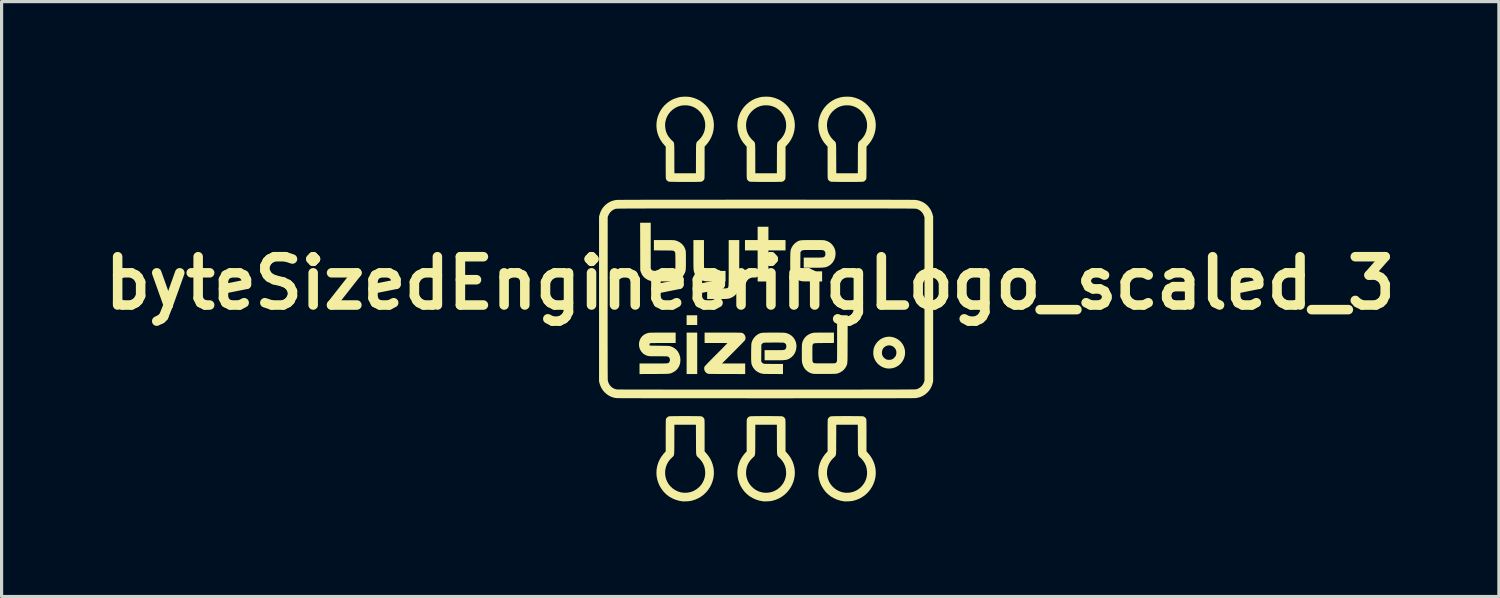
<source format=kicad_pcb>
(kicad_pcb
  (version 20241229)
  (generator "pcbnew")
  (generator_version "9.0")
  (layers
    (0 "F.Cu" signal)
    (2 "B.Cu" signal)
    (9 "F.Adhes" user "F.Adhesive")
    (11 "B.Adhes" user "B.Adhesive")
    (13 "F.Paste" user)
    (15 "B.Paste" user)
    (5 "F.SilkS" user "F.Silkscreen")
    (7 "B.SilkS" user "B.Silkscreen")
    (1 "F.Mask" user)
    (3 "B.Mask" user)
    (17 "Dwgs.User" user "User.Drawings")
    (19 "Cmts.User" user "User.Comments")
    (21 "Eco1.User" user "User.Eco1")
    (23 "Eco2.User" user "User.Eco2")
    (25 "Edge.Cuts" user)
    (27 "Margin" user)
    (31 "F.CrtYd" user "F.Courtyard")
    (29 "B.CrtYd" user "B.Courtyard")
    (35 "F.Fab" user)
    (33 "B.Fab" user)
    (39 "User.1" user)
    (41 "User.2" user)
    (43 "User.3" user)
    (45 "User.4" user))
  (footprint "byteSizedEngineeringLogo_scaled_3"
    (layer "F.Cu")
    (at 21.118 6.383)
    (property "Reference" "byteSizedEngineeringLogo_scaled_3" (at -0.5 -0.5 0) (layer "F.SilkS") (effects (font (size 1.524 1.524) (thickness 0.3))))
    (attr board_only exclude_from_pos_files exclude_from_bom)
    (fp_poly (pts (xy -2.173 0.82) (xy -2.507 0.82) (xy -2.507 0.513) (xy -2.173 0.513)) (stroke (width 0) (type solid)) (fill yes) (layer "F.SilkS"))
    (fp_poly (pts (xy -2.173 2.367) (xy -2.507 2.367) (xy -2.507 1.06) (xy -2.173 1.06)) (stroke (width 0) (type solid)) (fill yes) (layer "F.SilkS"))
    (fp_poly (pts (xy 0.073 -1.86) (xy 0.613 -1.86) (xy 0.613 -1.533) (xy 0.073 -1.533) (xy 0.073 -0.553) (xy -0.267 -0.553) (xy -0.267 -1.533) (xy -0.667 -1.533) (xy -0.667 -1.86) (xy -0.267 -1.86) (xy -0.267 -2.28) (xy 0.073 -2.28)) (stroke (width 0) (type solid)) (fill yes) (layer "F.SilkS"))
    (fp_poly (pts (xy -0.848 -1.105) (xy -0.85 -0.35) (xy -0.866 -0.303) (xy -0.889 -0.245) (xy -0.916 -0.195) (xy -0.95 -0.151) (xy -0.971 -0.129) (xy -1 -0.102) (xy -1.027 -0.081) (xy -1.059 -0.062) (xy -1.081 -0.05) (xy -1.104 -0.04) (xy -1.125 -0.03) (xy -1.145 -0.023) (xy -1.165 -0.016) (xy -1.187 -0.012) (xy -1.213 -0.008) (xy -1.243 -0.005) (xy -1.279 -0.003) (xy -1.323 -0.001) (xy -1.375 -0.001) (xy -1.437 -0.000282) (xy -1.51 -0.000138) (xy -1.548 -0.000117) (xy -1.86 0) (xy -1.86 -0.333) (xy -1.552 -0.333) (xy -1.479 -0.333) (xy -1.419 -0.334) (xy -1.37 -0.334) (xy -1.33 -0.334) (xy -1.299 -0.335) (xy -1.275 -0.336) (xy -1.257 -0.337) (xy -1.244 -0.338) (xy -1.235 -0.34) (xy -1.228 -0.343) (xy -1.223 -0.346) (xy -1.223 -0.346) (xy -1.216 -0.35) (xy -1.21 -0.353) (xy -1.205 -0.357) (xy -1.201 -0.361) (xy -1.197 -0.368) (xy -1.193 -0.377) (xy -1.19 -0.389) (xy -1.188 -0.406) (xy -1.186 -0.427) (xy -1.184 -0.453) (xy -1.183 -0.486) (xy -1.182 -0.526) (xy -1.181 -0.574) (xy -1.181 -0.63) (xy -1.18 -0.695) (xy -1.18 -0.77) (xy -1.18 -0.856) (xy -1.18 -0.953) (xy -1.18 -1.062) (xy -1.18 -1.133) (xy -1.18 -1.86) (xy -0.846 -1.86)) (stroke (width 0) (type solid)) (fill yes) (layer "F.SilkS"))
    (fp_poly (pts (xy -1.96 -1.412) (xy -1.96 -1.321) (xy -1.96 -1.242) (xy -1.96 -1.174) (xy -1.959 -1.118) (xy -1.959 -1.07) (xy -1.958 -1.031) (xy -1.956 -1) (xy -1.954 -0.975) (xy -1.952 -0.956) (xy -1.949 -0.941) (xy -1.945 -0.931) (xy -1.94 -0.923) (xy -1.934 -0.916) (xy -1.928 -0.911) (xy -1.92 -0.905) (xy -1.918 -0.904) (xy -1.913 -0.901) (xy -1.908 -0.898) (xy -1.9 -0.896) (xy -1.889 -0.894) (xy -1.874 -0.892) (xy -1.854 -0.891) (xy -1.826 -0.89) (xy -1.791 -0.89) (xy -1.746 -0.889) (xy -1.691 -0.889) (xy -1.625 -0.888) (xy -1.59 -0.888) (xy -1.28 -0.886) (xy -1.28 -0.553) (xy -1.582 -0.554) (xy -1.645 -0.554) (xy -1.705 -0.555) (xy -1.761 -0.556) (xy -1.81 -0.556) (xy -1.852 -0.557) (xy -1.884 -0.558) (xy -1.906 -0.559) (xy -1.914 -0.56) (xy -1.993 -0.579) (xy -2.065 -0.609) (xy -2.128 -0.648) (xy -2.182 -0.697) (xy -2.227 -0.755) (xy -2.25 -0.797) (xy -2.258 -0.813) (xy -2.265 -0.828) (xy -2.271 -0.844) (xy -2.276 -0.861) (xy -2.28 -0.88) (xy -2.284 -0.902) (xy -2.287 -0.928) (xy -2.289 -0.96) (xy -2.29 -0.998) (xy -2.292 -1.043) (xy -2.292 -1.097) (xy -2.293 -1.16) (xy -2.293 -1.233) (xy -2.293 -1.318) (xy -2.293 -1.404) (xy -2.293 -1.86) (xy -1.96 -1.86)) (stroke (width 0) (type solid)) (fill yes) (layer "F.SilkS"))
    (fp_poly (pts (xy 3.947 1.193) (xy 4.026 1.211) (xy 4.099 1.239) (xy 4.165 1.278) (xy 4.223 1.324) (xy 4.274 1.379) (xy 4.316 1.439) (xy 4.348 1.505) (xy 4.371 1.575) (xy 4.383 1.648) (xy 4.384 1.723) (xy 4.373 1.799) (xy 4.35 1.874) (xy 4.34 1.898) (xy 4.301 1.968) (xy 4.252 2.031) (xy 4.195 2.084) (xy 4.13 2.128) (xy 4.059 2.161) (xy 3.983 2.183) (xy 3.904 2.192) (xy 3.88 2.193) (xy 3.846 2.192) (xy 3.812 2.189) (xy 3.784 2.185) (xy 3.777 2.183) (xy 3.7 2.16) (xy 3.628 2.125) (xy 3.563 2.08) (xy 3.506 2.025) (xy 3.458 1.963) (xy 3.427 1.906) (xy 3.403 1.845) (xy 3.388 1.784) (xy 3.381 1.72) (xy 3.382 1.684) (xy 3.654 1.684) (xy 3.657 1.734) (xy 3.663 1.764) (xy 3.683 1.807) (xy 3.713 1.847) (xy 3.75 1.88) (xy 3.792 1.904) (xy 3.809 1.911) (xy 3.85 1.918) (xy 3.896 1.919) (xy 3.94 1.913) (xy 3.965 1.906) (xy 3.991 1.894) (xy 4.017 1.876) (xy 4.045 1.85) (xy 4.066 1.827) (xy 4.081 1.808) (xy 4.091 1.787) (xy 4.1 1.762) (xy 4.1 1.76) (xy 4.111 1.707) (xy 4.109 1.658) (xy 4.095 1.608) (xy 4.087 1.589) (xy 4.058 1.544) (xy 4.022 1.509) (xy 3.979 1.484) (xy 3.933 1.468) (xy 3.884 1.462) (xy 3.835 1.467) (xy 3.788 1.482) (xy 3.743 1.508) (xy 3.704 1.544) (xy 3.701 1.548) (xy 3.677 1.587) (xy 3.661 1.634) (xy 3.654 1.684) (xy 3.382 1.684) (xy 3.382 1.67) (xy 3.386 1.616) (xy 3.394 1.569) (xy 3.406 1.527) (xy 3.425 1.483) (xy 3.433 1.466) (xy 3.475 1.398) (xy 3.526 1.338) (xy 3.584 1.287) (xy 3.649 1.246) (xy 3.72 1.215) (xy 3.794 1.196) (xy 3.87 1.188)) (stroke (width 0) (type solid)) (fill yes) (layer "F.SilkS"))
    (fp_poly (pts (xy -1.254 1.06) (xy -1.165 1.06) (xy -1.087 1.06) (xy -1.02 1.06) (xy -0.963 1.06) (xy -0.915 1.061) (xy -0.876 1.061) (xy -0.843 1.062) (xy -0.817 1.063) (xy -0.797 1.063) (xy -0.781 1.065) (xy -0.769 1.066) (xy -0.76 1.067) (xy -0.753 1.069) (xy -0.748 1.071) (xy -0.742 1.074) (xy -0.742 1.074) (xy -0.706 1.098) (xy -0.678 1.131) (xy -0.659 1.169) (xy -0.649 1.211) (xy -0.65 1.253) (xy -0.663 1.293) (xy -0.664 1.295) (xy -0.67 1.303) (xy -0.685 1.32) (xy -0.708 1.344) (xy -0.738 1.376) (xy -0.775 1.414) (xy -0.817 1.457) (xy -0.865 1.506) (xy -0.916 1.558) (xy -0.971 1.613) (xy -1.028 1.671) (xy -1.032 1.675) (xy -1.39 2.033) (xy -0.66 2.033) (xy -0.66 2.367) (xy -1.235 2.366) (xy -1.325 2.366) (xy -1.41 2.366) (xy -1.49 2.365) (xy -1.564 2.365) (xy -1.631 2.364) (xy -1.69 2.363) (xy -1.74 2.363) (xy -1.78 2.362) (xy -1.809 2.361) (xy -1.827 2.36) (xy -1.831 2.359) (xy -1.871 2.341) (xy -1.905 2.314) (xy -1.931 2.279) (xy -1.947 2.24) (xy -1.954 2.198) (xy -1.95 2.155) (xy -1.943 2.135) (xy -1.937 2.125) (xy -1.923 2.109) (xy -1.9 2.084) (xy -1.87 2.051) (xy -1.83 2.01) (xy -1.782 1.961) (xy -1.725 1.903) (xy -1.659 1.836) (xy -1.584 1.761) (xy -1.576 1.753) (xy -1.519 1.696) (xy -1.465 1.642) (xy -1.414 1.591) (xy -1.368 1.544) (xy -1.327 1.502) (xy -1.291 1.465) (xy -1.262 1.436) (xy -1.24 1.413) (xy -1.226 1.398) (xy -1.22 1.392) (xy -1.22 1.392) (xy -1.226 1.391) (xy -1.245 1.39) (xy -1.275 1.389) (xy -1.314 1.388) (xy -1.361 1.388) (xy -1.416 1.387) (xy -1.477 1.387) (xy -1.543 1.387) (xy -1.58 1.387) (xy -1.94 1.387) (xy -1.94 1.06) (xy -1.355 1.06)) (stroke (width 0) (type solid)) (fill yes) (layer "F.SilkS"))
    (fp_poly (pts (xy -2.853 1.387) (xy -3.245 1.387) (xy -3.316 1.388) (xy -3.384 1.388) (xy -3.447 1.388) (xy -3.504 1.389) (xy -3.554 1.39) (xy -3.595 1.39) (xy -3.626 1.391) (xy -3.646 1.392) (xy -3.653 1.393) (xy -3.669 1.403) (xy -3.678 1.422) (xy -3.678 1.445) (xy -3.676 1.452) (xy -3.67 1.47) (xy -3.367 1.474) (xy -3.292 1.475) (xy -3.23 1.476) (xy -3.179 1.477) (xy -3.138 1.478) (xy -3.104 1.479) (xy -3.078 1.481) (xy -3.058 1.483) (xy -3.042 1.485) (xy -3.029 1.487) (xy -3.023 1.489) (xy -2.954 1.515) (xy -2.891 1.551) (xy -2.836 1.596) (xy -2.789 1.65) (xy -2.755 1.707) (xy -2.731 1.764) (xy -2.715 1.818) (xy -2.706 1.873) (xy -2.704 1.927) (xy -2.707 1.987) (xy -2.716 2.04) (xy -2.733 2.091) (xy -2.751 2.133) (xy -2.783 2.185) (xy -2.825 2.234) (xy -2.875 2.276) (xy -2.93 2.31) (xy -2.933 2.311) (xy -2.953 2.321) (xy -2.97 2.329) (xy -2.986 2.336) (xy -3.001 2.342) (xy -3.018 2.347) (xy -3.036 2.352) (xy -3.058 2.355) (xy -3.084 2.358) (xy -3.115 2.36) (xy -3.152 2.361) (xy -3.196 2.362) (xy -3.249 2.363) (xy -3.311 2.364) (xy -3.384 2.364) (xy -3.468 2.365) (xy -3.532 2.365) (xy -3.993 2.367) (xy -3.993 2.033) (xy -3.555 2.033) (xy -3.468 2.033) (xy -3.393 2.033) (xy -3.329 2.033) (xy -3.275 2.033) (xy -3.231 2.032) (xy -3.195 2.032) (xy -3.167 2.031) (xy -3.144 2.03) (xy -3.127 2.029) (xy -3.114 2.027) (xy -3.105 2.026) (xy -3.097 2.024) (xy -3.091 2.021) (xy -3.088 2.02) (xy -3.063 2.002) (xy -3.045 1.976) (xy -3.036 1.945) (xy -3.034 1.912) (xy -3.04 1.879) (xy -3.054 1.85) (xy -3.075 1.828) (xy -3.094 1.817) (xy -3.102 1.815) (xy -3.112 1.812) (xy -3.127 1.811) (xy -3.147 1.809) (xy -3.173 1.808) (xy -3.206 1.808) (xy -3.249 1.807) (xy -3.302 1.807) (xy -3.366 1.807) (xy -3.402 1.807) (xy -3.472 1.807) (xy -3.53 1.806) (xy -3.577 1.806) (xy -3.615 1.806) (xy -3.646 1.805) (xy -3.67 1.804) (xy -3.689 1.802) (xy -3.705 1.8) (xy -3.719 1.797) (xy -3.733 1.794) (xy -3.736 1.793) (xy -3.8 1.771) (xy -3.856 1.738) (xy -3.904 1.697) (xy -3.944 1.648) (xy -3.975 1.594) (xy -3.997 1.535) (xy -4.008 1.473) (xy -4.01 1.409) (xy -4 1.345) (xy -3.979 1.282) (xy -3.947 1.221) (xy -3.946 1.22) (xy -3.903 1.169) (xy -3.852 1.126) (xy -3.79 1.094) (xy -3.733 1.074) (xy -3.723 1.071) (xy -3.712 1.069) (xy -3.7 1.067) (xy -3.686 1.065) (xy -3.669 1.063) (xy -3.647 1.062) (xy -3.62 1.062) (xy -3.586 1.061) (xy -3.544 1.061) (xy -3.494 1.06) (xy -3.433 1.06) (xy -3.362 1.06) (xy -3.278 1.06) (xy -2.853 1.06)) (stroke (width 0) (type solid)) (fill yes) (layer "F.SilkS"))
    (fp_poly (pts (xy -3.64 -0.962) (xy -3.625 -0.94) (xy -3.61 -0.921) (xy -3.593 -0.905) (xy -3.591 -0.904) (xy -3.586 -0.901) (xy -3.581 -0.898) (xy -3.574 -0.896) (xy -3.563 -0.894) (xy -3.548 -0.893) (xy -3.528 -0.891) (xy -3.501 -0.891) (xy -3.467 -0.89) (xy -3.423 -0.889) (xy -3.369 -0.889) (xy -3.303 -0.888) (xy -3.259 -0.888) (xy -3.186 -0.888) (xy -3.125 -0.887) (xy -3.075 -0.887) (xy -3.035 -0.888) (xy -3.003 -0.888) (xy -2.978 -0.889) (xy -2.959 -0.89) (xy -2.945 -0.891) (xy -2.934 -0.893) (xy -2.926 -0.896) (xy -2.919 -0.898) (xy -2.917 -0.899) (xy -2.895 -0.912) (xy -2.88 -0.93) (xy -2.874 -0.942) (xy -2.87 -0.95) (xy -2.867 -0.958) (xy -2.865 -0.968) (xy -2.863 -0.98) (xy -2.862 -0.997) (xy -2.861 -1.02) (xy -2.861 -1.05) (xy -2.861 -1.088) (xy -2.861 -1.137) (xy -2.861 -1.197) (xy -2.861 -1.219) (xy -2.862 -1.283) (xy -2.862 -1.335) (xy -2.863 -1.376) (xy -2.864 -1.408) (xy -2.865 -1.433) (xy -2.866 -1.45) (xy -2.868 -1.463) (xy -2.87 -1.472) (xy -2.873 -1.478) (xy -2.877 -1.484) (xy -2.877 -1.485) (xy -2.893 -1.501) (xy -2.912 -1.516) (xy -2.914 -1.517) (xy -2.92 -1.52) (xy -2.927 -1.522) (xy -2.936 -1.525) (xy -2.948 -1.526) (xy -2.965 -1.528) (xy -2.988 -1.529) (xy -3.017 -1.53) (xy -3.056 -1.53) (xy -3.103 -1.531) (xy -3.162 -1.531) (xy -3.232 -1.532) (xy -3.238 -1.532) (xy -3.54 -1.534) (xy -3.54 -1.86) (xy -3.224 -1.86) (xy -3.151 -1.86) (xy -3.089 -1.86) (xy -3.038 -1.86) (xy -2.996 -1.859) (xy -2.962 -1.858) (xy -2.935 -1.857) (xy -2.914 -1.856) (xy -2.897 -1.854) (xy -2.882 -1.852) (xy -2.869 -1.85) (xy -2.857 -1.847) (xy -2.786 -1.822) (xy -2.721 -1.787) (xy -2.663 -1.742) (xy -2.65 -1.73) (xy -2.611 -1.686) (xy -2.58 -1.638) (xy -2.556 -1.584) (xy -2.546 -1.553) (xy -2.542 -1.541) (xy -2.539 -1.529) (xy -2.536 -1.517) (xy -2.534 -1.502) (xy -2.533 -1.485) (xy -2.532 -1.462) (xy -2.531 -1.433) (xy -2.53 -1.397) (xy -2.53 -1.351) (xy -2.53 -1.295) (xy -2.53 -1.228) (xy -2.53 -1.217) (xy -2.53 -1.142) (xy -2.53 -1.08) (xy -2.531 -1.028) (xy -2.532 -0.985) (xy -2.534 -0.949) (xy -2.536 -0.919) (xy -2.54 -0.894) (xy -2.545 -0.873) (xy -2.551 -0.853) (xy -2.559 -0.833) (xy -2.569 -0.812) (xy -2.58 -0.789) (xy -2.618 -0.726) (xy -2.666 -0.671) (xy -2.724 -0.626) (xy -2.79 -0.59) (xy -2.83 -0.575) (xy -2.883 -0.557) (xy -3.223 -0.556) (xy -3.291 -0.556) (xy -3.355 -0.556) (xy -3.414 -0.556) (xy -3.467 -0.556) (xy -3.513 -0.557) (xy -3.551 -0.558) (xy -3.577 -0.559) (xy -3.593 -0.56) (xy -3.594 -0.56) (xy -3.674 -0.58) (xy -3.746 -0.611) (xy -3.81 -0.652) (xy -3.842 -0.679) (xy -3.883 -0.723) (xy -3.915 -0.771) (xy -3.942 -0.825) (xy -3.951 -0.85) (xy -3.97 -0.903) (xy -3.972 -1.655) (xy -3.974 -2.407) (xy -3.64 -2.407)) (stroke (width 0) (type solid)) (fill yes) (layer "F.SilkS"))
    (fp_poly (pts (xy 1.548 -1.86) (xy 1.613 -1.86) (xy 1.668 -1.859) (xy 1.713 -1.859) (xy 1.749 -1.858) (xy 1.779 -1.858) (xy 1.802 -1.856) (xy 1.821 -1.855) (xy 1.836 -1.853) (xy 1.849 -1.851) (xy 1.861 -1.848) (xy 1.866 -1.847) (xy 1.934 -1.824) (xy 1.994 -1.793) (xy 2.047 -1.753) (xy 2.067 -1.734) (xy 2.115 -1.677) (xy 2.152 -1.614) (xy 2.177 -1.546) (xy 2.19 -1.474) (xy 2.19 -1.4) (xy 2.179 -1.324) (xy 2.164 -1.272) (xy 2.134 -1.206) (xy 2.095 -1.147) (xy 2.046 -1.095) (xy 1.991 -1.053) (xy 1.929 -1.021) (xy 1.91 -1.013) (xy 1.891 -1.007) (xy 1.87 -1.002) (xy 1.847 -0.998) (xy 1.821 -0.995) (xy 1.789 -0.992) (xy 1.75 -0.99) (xy 1.704 -0.988) (xy 1.65 -0.987) (xy 1.584 -0.987) (xy 1.507 -0.987) (xy 1.48 -0.987) (xy 1.187 -0.987) (xy 1.187 -1.307) (xy 1.487 -1.307) (xy 1.562 -1.307) (xy 1.624 -1.307) (xy 1.676 -1.307) (xy 1.718 -1.308) (xy 1.752 -1.309) (xy 1.778 -1.312) (xy 1.798 -1.315) (xy 1.813 -1.318) (xy 1.824 -1.324) (xy 1.833 -1.33) (xy 1.841 -1.338) (xy 1.848 -1.347) (xy 1.851 -1.35) (xy 1.861 -1.365) (xy 1.866 -1.378) (xy 1.869 -1.396) (xy 1.87 -1.421) (xy 1.87 -1.427) (xy 1.868 -1.463) (xy 1.861 -1.489) (xy 1.847 -1.509) (xy 1.824 -1.526) (xy 1.813 -1.532) (xy 1.806 -1.535) (xy 1.799 -1.538) (xy 1.791 -1.54) (xy 1.78 -1.542) (xy 1.765 -1.544) (xy 1.745 -1.545) (xy 1.719 -1.546) (xy 1.686 -1.546) (xy 1.643 -1.546) (xy 1.591 -1.547) (xy 1.528 -1.547) (xy 1.477 -1.547) (xy 1.405 -1.546) (xy 1.344 -1.546) (xy 1.295 -1.546) (xy 1.255 -1.546) (xy 1.223 -1.545) (xy 1.199 -1.544) (xy 1.181 -1.543) (xy 1.167 -1.541) (xy 1.157 -1.539) (xy 1.149 -1.536) (xy 1.143 -1.534) (xy 1.121 -1.521) (xy 1.103 -1.503) (xy 1.099 -1.499) (xy 1.083 -1.477) (xy 1.081 -1.213) (xy 1.08 -0.949) (xy 1.095 -0.926) (xy 1.11 -0.909) (xy 1.132 -0.893) (xy 1.14 -0.888) (xy 1.147 -0.885) (xy 1.154 -0.882) (xy 1.163 -0.879) (xy 1.174 -0.878) (xy 1.189 -0.876) (xy 1.209 -0.875) (xy 1.236 -0.874) (xy 1.27 -0.874) (xy 1.313 -0.874) (xy 1.366 -0.873) (xy 1.431 -0.873) (xy 1.767 -0.873) (xy 1.767 -0.553) (xy 1.468 -0.554) (xy 1.405 -0.554) (xy 1.345 -0.555) (xy 1.29 -0.556) (xy 1.24 -0.556) (xy 1.199 -0.557) (xy 1.166 -0.558) (xy 1.144 -0.559) (xy 1.137 -0.56) (xy 1.061 -0.577) (xy 0.992 -0.605) (xy 0.93 -0.643) (xy 0.877 -0.69) (xy 0.832 -0.745) (xy 0.798 -0.807) (xy 0.774 -0.876) (xy 0.769 -0.899) (xy 0.767 -0.915) (xy 0.765 -0.934) (xy 0.763 -0.956) (xy 0.762 -0.983) (xy 0.761 -1.018) (xy 0.761 -1.06) (xy 0.761 -1.112) (xy 0.761 -1.174) (xy 0.762 -1.228) (xy 0.762 -1.3) (xy 0.763 -1.36) (xy 0.764 -1.41) (xy 0.766 -1.451) (xy 0.768 -1.485) (xy 0.771 -1.513) (xy 0.775 -1.536) (xy 0.78 -1.557) (xy 0.786 -1.576) (xy 0.794 -1.596) (xy 0.804 -1.617) (xy 0.811 -1.633) (xy 0.837 -1.676) (xy 0.872 -1.72) (xy 0.913 -1.761) (xy 0.958 -1.795) (xy 0.991 -1.815) (xy 1.009 -1.825) (xy 1.026 -1.832) (xy 1.042 -1.839) (xy 1.06 -1.845) (xy 1.08 -1.849) (xy 1.103 -1.852) (xy 1.131 -1.855) (xy 1.165 -1.857) (xy 1.206 -1.858) (xy 1.255 -1.859) (xy 1.314 -1.86) (xy 1.383 -1.86) (xy 1.465 -1.86) (xy 1.47 -1.86)) (stroke (width 0) (type solid)) (fill yes) (layer "F.SilkS"))
    (fp_poly (pts (xy 0.314 1.06) (xy 0.38 1.06) (xy 0.434 1.061) (xy 0.479 1.061) (xy 0.516 1.062) (xy 0.545 1.062) (xy 0.569 1.064) (xy 0.587 1.065) (xy 0.603 1.067) (xy 0.616 1.069) (xy 0.627 1.072) (xy 0.633 1.073) (xy 0.701 1.096) (xy 0.76 1.127) (xy 0.814 1.167) (xy 0.834 1.186) (xy 0.882 1.243) (xy 0.918 1.306) (xy 0.943 1.374) (xy 0.956 1.446) (xy 0.957 1.52) (xy 0.945 1.596) (xy 0.93 1.648) (xy 0.901 1.714) (xy 0.861 1.773) (xy 0.813 1.825) (xy 0.757 1.867) (xy 0.696 1.899) (xy 0.677 1.907) (xy 0.658 1.913) (xy 0.637 1.918) (xy 0.614 1.922) (xy 0.587 1.925) (xy 0.555 1.928) (xy 0.517 1.93) (xy 0.471 1.932) (xy 0.416 1.933) (xy 0.351 1.933) (xy 0.274 1.933) (xy 0.246 1.933) (xy -0.047 1.933) (xy -0.047 1.613) (xy 0.254 1.613) (xy 0.328 1.613) (xy 0.391 1.613) (xy 0.443 1.613) (xy 0.485 1.612) (xy 0.518 1.611) (xy 0.544 1.608) (xy 0.564 1.605) (xy 0.58 1.602) (xy 0.591 1.596) (xy 0.6 1.59) (xy 0.607 1.582) (xy 0.615 1.573) (xy 0.617 1.57) (xy 0.627 1.555) (xy 0.633 1.542) (xy 0.636 1.524) (xy 0.637 1.499) (xy 0.637 1.493) (xy 0.635 1.457) (xy 0.628 1.431) (xy 0.614 1.411) (xy 0.591 1.394) (xy 0.58 1.388) (xy 0.573 1.385) (xy 0.566 1.382) (xy 0.557 1.38) (xy 0.546 1.378) (xy 0.532 1.376) (xy 0.512 1.375) (xy 0.486 1.374) (xy 0.452 1.374) (xy 0.41 1.374) (xy 0.358 1.373) (xy 0.294 1.373) (xy 0.244 1.373) (xy 0.171 1.374) (xy 0.111 1.374) (xy 0.061 1.374) (xy 0.022 1.374) (xy -0.01 1.375) (xy -0.034 1.376) (xy -0.053 1.377) (xy -0.066 1.379) (xy -0.077 1.381) (xy -0.085 1.384) (xy -0.091 1.386) (xy -0.112 1.399) (xy -0.131 1.417) (xy -0.134 1.421) (xy -0.15 1.443) (xy -0.152 1.707) (xy -0.154 1.971) (xy -0.138 1.994) (xy -0.123 2.011) (xy -0.102 2.027) (xy -0.094 2.032) (xy -0.086 2.035) (xy -0.079 2.038) (xy -0.07 2.041) (xy -0.059 2.042) (xy -0.044 2.044) (xy -0.024 2.045) (xy 0.003 2.046) (xy 0.037 2.046) (xy 0.08 2.046) (xy 0.133 2.047) (xy 0.198 2.047) (xy 0.235 2.047) (xy 0.533 2.047) (xy 0.533 2.367) (xy 0.232 2.366) (xy 0.168 2.366) (xy 0.108 2.365) (xy 0.053 2.364) (xy 0.003 2.364) (xy -0.039 2.363) (xy -0.071 2.362) (xy -0.093 2.361) (xy -0.101 2.36) (xy -0.179 2.341) (xy -0.249 2.311) (xy -0.312 2.271) (xy -0.365 2.221) (xy -0.41 2.162) (xy -0.434 2.116) (xy -0.444 2.095) (xy -0.451 2.075) (xy -0.458 2.054) (xy -0.463 2.03) (xy -0.466 2.003) (xy -0.469 1.97) (xy -0.471 1.931) (xy -0.472 1.884) (xy -0.472 1.828) (xy -0.472 1.76) (xy -0.472 1.692) (xy -0.471 1.62) (xy -0.47 1.56) (xy -0.469 1.51) (xy -0.468 1.469) (xy -0.466 1.435) (xy -0.463 1.407) (xy -0.459 1.384) (xy -0.454 1.363) (xy -0.447 1.344) (xy -0.439 1.324) (xy -0.429 1.303) (xy -0.422 1.287) (xy -0.396 1.244) (xy -0.361 1.2) (xy -0.32 1.159) (xy -0.276 1.125) (xy -0.243 1.105) (xy -0.224 1.095) (xy -0.207 1.088) (xy -0.191 1.081) (xy -0.173 1.075) (xy -0.154 1.071) (xy -0.13 1.068) (xy -0.102 1.065) (xy -0.069 1.063) (xy -0.028 1.062) (xy 0.021 1.061) (xy 0.08 1.06) (xy 0.15 1.06) (xy 0.232 1.06) (xy 0.237 1.06)) (stroke (width 0) (type solid)) (fill yes) (layer "F.SilkS"))
    (fp_poly (pts (xy 2.572 1.262) (xy 2.571 1.379) (xy 2.571 1.484) (xy 2.571 1.578) (xy 2.57 1.66) (xy 2.57 1.732) (xy 2.57 1.795) (xy 2.569 1.849) (xy 2.568 1.896) (xy 2.567 1.935) (xy 2.565 1.968) (xy 2.563 1.996) (xy 2.561 2.019) (xy 2.559 2.038) (xy 2.555 2.054) (xy 2.552 2.068) (xy 2.548 2.08) (xy 2.543 2.092) (xy 2.537 2.104) (xy 2.531 2.116) (xy 2.524 2.13) (xy 2.524 2.132) (xy 2.492 2.183) (xy 2.451 2.232) (xy 2.402 2.275) (xy 2.347 2.308) (xy 2.34 2.312) (xy 2.317 2.323) (xy 2.298 2.332) (xy 2.279 2.339) (xy 2.261 2.346) (xy 2.242 2.351) (xy 2.22 2.355) (xy 2.194 2.358) (xy 2.163 2.36) (xy 2.125 2.361) (xy 2.08 2.362) (xy 2.026 2.363) (xy 1.961 2.363) (xy 1.884 2.364) (xy 1.867 2.364) (xy 1.8 2.364) (xy 1.736 2.364) (xy 1.677 2.364) (xy 1.623 2.363) (xy 1.577 2.363) (xy 1.54 2.362) (xy 1.513 2.361) (xy 1.498 2.36) (xy 1.497 2.36) (xy 1.449 2.351) (xy 1.407 2.338) (xy 1.364 2.318) (xy 1.353 2.313) (xy 1.294 2.274) (xy 1.242 2.226) (xy 1.199 2.168) (xy 1.165 2.101) (xy 1.141 2.028) (xy 1.14 2.026) (xy 1.137 2.01) (xy 1.134 1.995) (xy 1.132 1.978) (xy 1.13 1.959) (xy 1.129 1.934) (xy 1.128 1.903) (xy 1.127 1.865) (xy 1.127 1.817) (xy 1.127 1.759) (xy 1.127 1.708) (xy 1.127 1.638) (xy 1.127 1.58) (xy 1.128 1.532) (xy 1.129 1.493) (xy 1.13 1.462) (xy 1.131 1.437) (xy 1.134 1.417) (xy 1.136 1.4) (xy 1.137 1.395) (xy 1.158 1.325) (xy 1.191 1.262) (xy 1.233 1.205) (xy 1.286 1.156) (xy 1.347 1.116) (xy 1.415 1.086) (xy 1.456 1.073) (xy 1.469 1.07) (xy 1.482 1.068) (xy 1.497 1.065) (xy 1.515 1.064) (xy 1.536 1.063) (xy 1.564 1.062) (xy 1.598 1.061) (xy 1.64 1.06) (xy 1.691 1.06) (xy 1.753 1.06) (xy 1.824 1.06) (xy 2.14 1.06) (xy 2.14 1.386) (xy 1.835 1.388) (xy 1.76 1.389) (xy 1.697 1.389) (xy 1.644 1.39) (xy 1.602 1.391) (xy 1.568 1.393) (xy 1.542 1.395) (xy 1.522 1.398) (xy 1.507 1.402) (xy 1.497 1.407) (xy 1.488 1.413) (xy 1.482 1.421) (xy 1.476 1.431) (xy 1.473 1.435) (xy 1.47 1.441) (xy 1.467 1.449) (xy 1.465 1.458) (xy 1.463 1.471) (xy 1.462 1.49) (xy 1.461 1.515) (xy 1.461 1.547) (xy 1.46 1.589) (xy 1.46 1.642) (xy 1.46 1.706) (xy 1.46 1.71) (xy 1.46 1.775) (xy 1.46 1.828) (xy 1.461 1.871) (xy 1.461 1.904) (xy 1.462 1.929) (xy 1.463 1.948) (xy 1.465 1.961) (xy 1.467 1.971) (xy 1.47 1.978) (xy 1.473 1.984) (xy 1.473 1.985) (xy 1.479 1.995) (xy 1.485 2.003) (xy 1.491 2.01) (xy 1.499 2.016) (xy 1.51 2.02) (xy 1.526 2.024) (xy 1.546 2.026) (xy 1.573 2.028) (xy 1.608 2.029) (xy 1.651 2.03) (xy 1.704 2.03) (xy 1.768 2.03) (xy 1.844 2.03) (xy 1.851 2.03) (xy 1.925 2.03) (xy 1.988 2.03) (xy 2.039 2.03) (xy 2.081 2.029) (xy 2.114 2.029) (xy 2.139 2.028) (xy 2.158 2.027) (xy 2.172 2.026) (xy 2.182 2.024) (xy 2.189 2.022) (xy 2.194 2.019) (xy 2.198 2.016) (xy 2.214 2) (xy 2.228 1.981) (xy 2.228 1.98) (xy 2.23 1.975) (xy 2.232 1.97) (xy 2.233 1.962) (xy 2.235 1.951) (xy 2.236 1.937) (xy 2.237 1.919) (xy 2.237 1.895) (xy 2.238 1.865) (xy 2.239 1.829) (xy 2.239 1.785) (xy 2.239 1.733) (xy 2.24 1.672) (xy 2.24 1.601) (xy 2.24 1.52) (xy 2.24 1.428) (xy 2.24 1.323) (xy 2.24 1.235) (xy 2.24 0.513) (xy 2.574 0.513)) (stroke (width 0) (type solid)) (fill yes) (layer "F.SilkS"))
    (fp_poly (pts (xy -2.513 -6.383) (xy -2.458 -6.38) (xy -2.409 -6.375) (xy -2.385 -6.371) (xy -2.278 -6.343) (xy -2.177 -6.304) (xy -2.082 -6.253) (xy -1.994 -6.191) (xy -1.914 -6.12) (xy -1.842 -6.04) (xy -1.78 -5.951) (xy -1.729 -5.854) (xy -1.72 -5.834) (xy -1.683 -5.732) (xy -1.659 -5.629) (xy -1.648 -5.524) (xy -1.649 -5.419) (xy -1.662 -5.315) (xy -1.687 -5.214) (xy -1.725 -5.114) (xy -1.774 -5.019) (xy -1.834 -4.929) (xy -1.899 -4.852) (xy -1.94 -4.808) (xy -1.94 -4.304) (xy -1.94 -4.21) (xy -1.94 -4.128) (xy -1.94 -4.058) (xy -1.94 -3.998) (xy -1.941 -3.948) (xy -1.941 -3.907) (xy -1.942 -3.873) (xy -1.942 -3.846) (xy -1.943 -3.826) (xy -1.944 -3.81) (xy -1.946 -3.798) (xy -1.947 -3.789) (xy -1.949 -3.782) (xy -1.952 -3.777) (xy -1.953 -3.774) (xy -1.975 -3.743) (xy -2.006 -3.717) (xy -2.04 -3.702) (xy -2.044 -3.701) (xy -2.056 -3.699) (xy -2.081 -3.698) (xy -2.116 -3.697) (xy -2.16 -3.696) (xy -2.213 -3.695) (xy -2.272 -3.694) (xy -2.336 -3.694) (xy -2.405 -3.694) (xy -2.476 -3.693) (xy -2.549 -3.693) (xy -2.621 -3.694) (xy -2.693 -3.694) (xy -2.762 -3.694) (xy -2.828 -3.695) (xy -2.888 -3.696) (xy -2.942 -3.697) (xy -2.988 -3.698) (xy -3.025 -3.699) (xy -3.051 -3.7) (xy -3.067 -3.702) (xy -3.068 -3.702) (xy -3.103 -3.719) (xy -3.134 -3.745) (xy -3.153 -3.773) (xy -3.156 -3.779) (xy -3.158 -3.784) (xy -3.16 -3.792) (xy -3.161 -3.802) (xy -3.163 -3.815) (xy -3.164 -3.832) (xy -3.165 -3.855) (xy -3.165 -3.884) (xy -3.166 -3.921) (xy -3.166 -3.965) (xy -3.166 -4.018) (xy -3.167 -4.081) (xy -3.167 -4.155) (xy -3.167 -4.241) (xy -3.167 -4.304) (xy -3.167 -4.808) (xy -3.208 -4.852) (xy -3.279 -4.938) (xy -3.339 -5.03) (xy -3.388 -5.128) (xy -3.425 -5.231) (xy -3.449 -5.337) (xy -3.45 -5.347) (xy -3.46 -5.453) (xy -3.458 -5.508) (xy -3.186 -5.508) (xy -3.185 -5.447) (xy -3.174 -5.355) (xy -3.152 -5.269) (xy -3.117 -5.189) (xy -3.07 -5.113) (xy -3.011 -5.042) (xy -2.98 -5.011) (xy -2.964 -4.997) (xy -2.951 -4.985) (xy -2.939 -4.974) (xy -2.929 -4.964) (xy -2.921 -4.952) (xy -2.914 -4.939) (xy -2.909 -4.923) (xy -2.905 -4.904) (xy -2.901 -4.879) (xy -2.899 -4.849) (xy -2.897 -4.812) (xy -2.896 -4.767) (xy -2.896 -4.713) (xy -2.895 -4.649) (xy -2.895 -4.575) (xy -2.895 -4.489) (xy -2.895 -4.438) (xy -2.893 -3.967) (xy -2.214 -3.967) (xy -2.212 -4.438) (xy -2.212 -4.531) (xy -2.211 -4.612) (xy -2.211 -4.681) (xy -2.211 -4.739) (xy -2.21 -4.789) (xy -2.209 -4.83) (xy -2.207 -4.864) (xy -2.204 -4.891) (xy -2.2 -4.913) (xy -2.195 -4.931) (xy -2.189 -4.946) (xy -2.182 -4.958) (xy -2.173 -4.969) (xy -2.162 -4.979) (xy -2.15 -4.99) (xy -2.136 -5.003) (xy -2.127 -5.011) (xy -2.062 -5.08) (xy -2.01 -5.154) (xy -1.969 -5.232) (xy -1.941 -5.315) (xy -1.925 -5.404) (xy -1.922 -5.447) (xy -1.921 -5.512) (xy -1.926 -5.571) (xy -1.938 -5.63) (xy -1.956 -5.688) (xy -1.986 -5.762) (xy -2.025 -5.829) (xy -2.074 -5.892) (xy -2.103 -5.924) (xy -2.171 -5.984) (xy -2.243 -6.032) (xy -2.319 -6.068) (xy -2.331 -6.073) (xy -2.421 -6.099) (xy -2.511 -6.111) (xy -2.6 -6.111) (xy -2.687 -6.099) (xy -2.772 -6.074) (xy -2.852 -6.038) (xy -2.928 -5.989) (xy -2.998 -5.929) (xy -3.003 -5.924) (xy -3.058 -5.861) (xy -3.102 -5.797) (xy -3.136 -5.727) (xy -3.151 -5.688) (xy -3.169 -5.626) (xy -3.181 -5.568) (xy -3.186 -5.508) (xy -3.458 -5.508) (xy -3.457 -5.558) (xy -3.441 -5.662) (xy -3.414 -5.762) (xy -3.375 -5.859) (xy -3.326 -5.951) (xy -3.267 -6.037) (xy -3.198 -6.116) (xy -3.119 -6.187) (xy -3.033 -6.249) (xy -2.956 -6.292) (xy -2.915 -6.311) (xy -2.865 -6.33) (xy -2.812 -6.347) (xy -2.761 -6.362) (xy -2.722 -6.371) (xy -2.679 -6.377) (xy -2.628 -6.381) (xy -2.571 -6.383)) (stroke (width 0) (type solid)) (fill yes) (layer "F.SilkS"))
    (fp_poly (pts (xy -2.485 3.693) (xy -2.413 3.693) (xy -2.344 3.694) (xy -2.279 3.694) (xy -2.219 3.695) (xy -2.166 3.696) (xy -2.12 3.697) (xy -2.084 3.698) (xy -2.058 3.699) (xy -2.045 3.7) (xy -2.044 3.701) (xy -2.009 3.715) (xy -1.978 3.74) (xy -1.955 3.771) (xy -1.953 3.774) (xy -1.951 3.779) (xy -1.949 3.785) (xy -1.947 3.792) (xy -1.945 3.802) (xy -1.944 3.816) (xy -1.943 3.834) (xy -1.942 3.857) (xy -1.941 3.887) (xy -1.941 3.923) (xy -1.94 3.968) (xy -1.94 4.022) (xy -1.94 4.086) (xy -1.94 4.161) (xy -1.94 4.248) (xy -1.94 4.304) (xy -1.94 4.808) (xy -1.899 4.852) (xy -1.828 4.938) (xy -1.767 5.03) (xy -1.719 5.128) (xy -1.682 5.231) (xy -1.658 5.337) (xy -1.656 5.347) (xy -1.647 5.453) (xy -1.65 5.558) (xy -1.665 5.66) (xy -1.692 5.759) (xy -1.729 5.854) (xy -1.777 5.944) (xy -1.834 6.028) (xy -1.9 6.106) (xy -1.975 6.176) (xy -2.057 6.237) (xy -2.147 6.289) (xy -2.243 6.331) (xy -2.345 6.362) (xy -2.381 6.37) (xy -2.409 6.374) (xy -2.446 6.378) (xy -2.488 6.381) (xy -2.532 6.383) (xy -2.574 6.384) (xy -2.611 6.384) (xy -2.64 6.383) (xy -2.647 6.382) (xy -2.758 6.362) (xy -2.863 6.33) (xy -2.963 6.287) (xy -3.056 6.234) (xy -3.141 6.17) (xy -3.217 6.096) (xy -3.246 6.062) (xy -3.312 5.973) (xy -3.366 5.879) (xy -3.407 5.781) (xy -3.437 5.68) (xy -3.455 5.578) (xy -3.458 5.512) (xy -3.185 5.512) (xy -3.18 5.571) (xy -3.168 5.63) (xy -3.151 5.688) (xy -3.12 5.762) (xy -3.082 5.829) (xy -3.033 5.892) (xy -3.003 5.924) (xy -2.934 5.985) (xy -2.858 6.034) (xy -2.778 6.072) (xy -2.693 6.098) (xy -2.605 6.111) (xy -2.514 6.112) (xy -2.445 6.103) (xy -2.356 6.082) (xy -2.274 6.048) (xy -2.198 6.003) (xy -2.127 5.946) (xy -2.103 5.924) (xy -2.048 5.861) (xy -2.005 5.797) (xy -1.971 5.727) (xy -1.956 5.688) (xy -1.937 5.626) (xy -1.926 5.568) (xy -1.921 5.508) (xy -1.922 5.447) (xy -1.933 5.355) (xy -1.955 5.269) (xy -1.99 5.189) (xy -2.037 5.113) (xy -2.096 5.042) (xy -2.127 5.011) (xy -2.143 4.997) (xy -2.156 4.985) (xy -2.168 4.974) (xy -2.177 4.964) (xy -2.186 4.952) (xy -2.192 4.939) (xy -2.198 4.923) (xy -2.202 4.904) (xy -2.205 4.879) (xy -2.208 4.849) (xy -2.209 4.812) (xy -2.21 4.767) (xy -2.211 4.713) (xy -2.211 4.649) (xy -2.211 4.575) (xy -2.212 4.489) (xy -2.212 4.438) (xy -2.214 3.967) (xy -2.893 3.967) (xy -2.895 4.438) (xy -2.895 4.531) (xy -2.895 4.612) (xy -2.896 4.681) (xy -2.896 4.739) (xy -2.897 4.789) (xy -2.898 4.83) (xy -2.9 4.864) (xy -2.903 4.891) (xy -2.906 4.913) (xy -2.911 4.931) (xy -2.917 4.946) (xy -2.925 4.958) (xy -2.934 4.969) (xy -2.944 4.979) (xy -2.957 4.99) (xy -2.971 5.003) (xy -2.98 5.011) (xy -3.045 5.08) (xy -3.097 5.154) (xy -3.137 5.232) (xy -3.165 5.315) (xy -3.181 5.404) (xy -3.185 5.447) (xy -3.185 5.512) (xy -3.458 5.512) (xy -3.46 5.475) (xy -3.454 5.372) (xy -3.435 5.27) (xy -3.405 5.171) (xy -3.363 5.074) (xy -3.309 4.981) (xy -3.243 4.892) (xy -3.208 4.852) (xy -3.167 4.808) (xy -3.167 4.304) (xy -3.167 4.21) (xy -3.167 4.128) (xy -3.167 4.058) (xy -3.166 3.998) (xy -3.166 3.948) (xy -3.166 3.907) (xy -3.165 3.873) (xy -3.164 3.846) (xy -3.163 3.826) (xy -3.162 3.81) (xy -3.161 3.798) (xy -3.159 3.789) (xy -3.157 3.782) (xy -3.155 3.777) (xy -3.154 3.774) (xy -3.131 3.743) (xy -3.101 3.717) (xy -3.066 3.702) (xy -3.063 3.701) (xy -3.05 3.699) (xy -3.026 3.698) (xy -2.991 3.697) (xy -2.946 3.696) (xy -2.894 3.695) (xy -2.835 3.694) (xy -2.77 3.694) (xy -2.702 3.693) (xy -2.63 3.693) (xy -2.558 3.693)) (stroke (width 0) (type solid)) (fill yes) (layer "F.SilkS"))
    (fp_poly (pts (xy 0.04 -6.383) (xy 0.096 -6.38) (xy 0.144 -6.375) (xy 0.168 -6.371) (xy 0.275 -6.343) (xy 0.377 -6.304) (xy 0.472 -6.253) (xy 0.56 -6.191) (xy 0.64 -6.12) (xy 0.711 -6.04) (xy 0.773 -5.951) (xy 0.825 -5.854) (xy 0.834 -5.834) (xy 0.871 -5.732) (xy 0.894 -5.629) (xy 0.906 -5.524) (xy 0.905 -5.419) (xy 0.891 -5.315) (xy 0.866 -5.214) (xy 0.829 -5.114) (xy 0.78 -5.019) (xy 0.719 -4.929) (xy 0.654 -4.852) (xy 0.613 -4.808) (xy 0.613 -4.304) (xy 0.613 -4.21) (xy 0.613 -4.128) (xy 0.613 -4.058) (xy 0.613 -3.998) (xy 0.613 -3.948) (xy 0.612 -3.907) (xy 0.612 -3.873) (xy 0.611 -3.846) (xy 0.61 -3.826) (xy 0.609 -3.81) (xy 0.608 -3.798) (xy 0.606 -3.789) (xy 0.604 -3.782) (xy 0.602 -3.777) (xy 0.6 -3.774) (xy 0.578 -3.743) (xy 0.547 -3.717) (xy 0.513 -3.702) (xy 0.51 -3.701) (xy 0.497 -3.699) (xy 0.472 -3.698) (xy 0.437 -3.697) (xy 0.393 -3.696) (xy 0.341 -3.695) (xy 0.282 -3.694) (xy 0.217 -3.694) (xy 0.149 -3.694) (xy 0.077 -3.693) (xy 0.005 -3.693) (xy -0.068 -3.694) (xy -0.14 -3.694) (xy -0.209 -3.694) (xy -0.274 -3.695) (xy -0.334 -3.696) (xy -0.388 -3.697) (xy -0.434 -3.698) (xy -0.471 -3.699) (xy -0.498 -3.7) (xy -0.513 -3.702) (xy -0.515 -3.702) (xy -0.55 -3.719) (xy -0.58 -3.745) (xy -0.6 -3.773) (xy -0.602 -3.779) (xy -0.605 -3.784) (xy -0.607 -3.792) (xy -0.608 -3.802) (xy -0.609 -3.815) (xy -0.61 -3.832) (xy -0.611 -3.855) (xy -0.612 -3.884) (xy -0.612 -3.921) (xy -0.613 -3.965) (xy -0.613 -4.018) (xy -0.613 -4.081) (xy -0.613 -4.155) (xy -0.613 -4.241) (xy -0.613 -4.304) (xy -0.613 -4.808) (xy -0.654 -4.852) (xy -0.726 -4.938) (xy -0.786 -5.03) (xy -0.835 -5.128) (xy -0.871 -5.231) (xy -0.895 -5.337) (xy -0.897 -5.347) (xy -0.907 -5.453) (xy -0.905 -5.508) (xy -0.632 -5.508) (xy -0.631 -5.447) (xy -0.621 -5.355) (xy -0.598 -5.269) (xy -0.564 -5.189) (xy -0.517 -5.113) (xy -0.458 -5.042) (xy -0.426 -5.011) (xy -0.411 -4.997) (xy -0.397 -4.985) (xy -0.386 -4.974) (xy -0.376 -4.964) (xy -0.368 -4.952) (xy -0.361 -4.939) (xy -0.356 -4.923) (xy -0.351 -4.904) (xy -0.348 -4.879) (xy -0.346 -4.849) (xy -0.344 -4.812) (xy -0.343 -4.767) (xy -0.342 -4.713) (xy -0.342 -4.649) (xy -0.342 -4.575) (xy -0.342 -4.489) (xy -0.341 -4.438) (xy -0.34 -3.967) (xy 0.34 -3.967) (xy 0.341 -4.438) (xy 0.342 -4.531) (xy 0.342 -4.612) (xy 0.342 -4.681) (xy 0.343 -4.739) (xy 0.343 -4.789) (xy 0.345 -4.83) (xy 0.347 -4.864) (xy 0.349 -4.891) (xy 0.353 -4.913) (xy 0.358 -4.931) (xy 0.364 -4.946) (xy 0.371 -4.958) (xy 0.38 -4.969) (xy 0.391 -4.979) (xy 0.403 -4.99) (xy 0.418 -5.003) (xy 0.426 -5.011) (xy 0.491 -5.08) (xy 0.544 -5.154) (xy 0.584 -5.232) (xy 0.612 -5.315) (xy 0.628 -5.404) (xy 0.631 -5.447) (xy 0.632 -5.512) (xy 0.627 -5.571) (xy 0.615 -5.63) (xy 0.597 -5.688) (xy 0.567 -5.762) (xy 0.528 -5.829) (xy 0.479 -5.892) (xy 0.45 -5.924) (xy 0.382 -5.984) (xy 0.311 -6.032) (xy 0.234 -6.068) (xy 0.222 -6.073) (xy 0.132 -6.099) (xy 0.043 -6.111) (xy -0.047 -6.111) (xy -0.134 -6.099) (xy -0.218 -6.074) (xy -0.299 -6.038) (xy -0.375 -5.989) (xy -0.444 -5.929) (xy -0.45 -5.924) (xy -0.505 -5.861) (xy -0.549 -5.797) (xy -0.583 -5.727) (xy -0.597 -5.688) (xy -0.616 -5.626) (xy -0.627 -5.568) (xy -0.632 -5.508) (xy -0.905 -5.508) (xy -0.903 -5.558) (xy -0.888 -5.662) (xy -0.861 -5.762) (xy -0.822 -5.859) (xy -0.773 -5.951) (xy -0.713 -6.037) (xy -0.644 -6.116) (xy -0.566 -6.187) (xy -0.479 -6.249) (xy -0.403 -6.292) (xy -0.362 -6.311) (xy -0.312 -6.33) (xy -0.259 -6.347) (xy -0.207 -6.362) (xy -0.168 -6.371) (xy -0.126 -6.377) (xy -0.074 -6.381) (xy -0.018 -6.383)) (stroke (width 0) (type solid)) (fill yes) (layer "F.SilkS"))
    (fp_poly (pts (xy 0.069 3.693) (xy 0.14 3.693) (xy 0.209 3.694) (xy 0.274 3.694) (xy 0.334 3.695) (xy 0.388 3.696) (xy 0.433 3.697) (xy 0.469 3.698) (xy 0.495 3.699) (xy 0.509 3.7) (xy 0.51 3.701) (xy 0.544 3.715) (xy 0.575 3.74) (xy 0.598 3.771) (xy 0.6 3.774) (xy 0.603 3.779) (xy 0.605 3.785) (xy 0.607 3.792) (xy 0.608 3.802) (xy 0.609 3.816) (xy 0.61 3.834) (xy 0.611 3.857) (xy 0.612 3.887) (xy 0.612 3.923) (xy 0.613 3.968) (xy 0.613 4.022) (xy 0.613 4.086) (xy 0.613 4.161) (xy 0.613 4.248) (xy 0.613 4.304) (xy 0.613 4.808) (xy 0.654 4.852) (xy 0.726 4.938) (xy 0.786 5.03) (xy 0.835 5.128) (xy 0.871 5.231) (xy 0.895 5.337) (xy 0.897 5.347) (xy 0.907 5.453) (xy 0.904 5.558) (xy 0.888 5.66) (xy 0.862 5.759) (xy 0.824 5.854) (xy 0.777 5.944) (xy 0.719 6.028) (xy 0.653 6.106) (xy 0.578 6.176) (xy 0.496 6.237) (xy 0.407 6.289) (xy 0.311 6.331) (xy 0.209 6.362) (xy 0.172 6.37) (xy 0.144 6.374) (xy 0.108 6.378) (xy 0.066 6.381) (xy 0.022 6.383) (xy -0.021 6.384) (xy -0.058 6.384) (xy -0.086 6.383) (xy -0.093 6.382) (xy -0.204 6.362) (xy -0.31 6.33) (xy -0.409 6.287) (xy -0.502 6.234) (xy -0.587 6.17) (xy -0.664 6.096) (xy -0.693 6.062) (xy -0.759 5.973) (xy -0.813 5.879) (xy -0.854 5.781) (xy -0.884 5.68) (xy -0.901 5.578) (xy -0.905 5.512) (xy -0.632 5.512) (xy -0.627 5.571) (xy -0.615 5.63) (xy -0.597 5.688) (xy -0.567 5.762) (xy -0.528 5.829) (xy -0.479 5.892) (xy -0.45 5.924) (xy -0.381 5.985) (xy -0.305 6.034) (xy -0.224 6.072) (xy -0.139 6.098) (xy -0.051 6.111) (xy 0.039 6.112) (xy 0.109 6.103) (xy 0.197 6.082) (xy 0.279 6.048) (xy 0.356 6.003) (xy 0.427 5.946) (xy 0.45 5.924) (xy 0.505 5.861) (xy 0.549 5.797) (xy 0.583 5.727) (xy 0.597 5.688) (xy 0.616 5.626) (xy 0.627 5.568) (xy 0.632 5.508) (xy 0.631 5.447) (xy 0.621 5.355) (xy 0.598 5.269) (xy 0.564 5.189) (xy 0.517 5.113) (xy 0.458 5.042) (xy 0.426 5.011) (xy 0.411 4.997) (xy 0.397 4.985) (xy 0.386 4.974) (xy 0.376 4.964) (xy 0.368 4.952) (xy 0.361 4.939) (xy 0.356 4.923) (xy 0.351 4.904) (xy 0.348 4.879) (xy 0.346 4.849) (xy 0.344 4.812) (xy 0.343 4.767) (xy 0.342 4.713) (xy 0.342 4.649) (xy 0.342 4.575) (xy 0.342 4.489) (xy 0.341 4.438) (xy 0.34 3.967) (xy -0.34 3.967) (xy -0.341 4.438) (xy -0.342 4.531) (xy -0.342 4.612) (xy -0.342 4.681) (xy -0.343 4.739) (xy -0.343 4.789) (xy -0.345 4.83) (xy -0.347 4.864) (xy -0.349 4.891) (xy -0.353 4.913) (xy -0.358 4.931) (xy -0.364 4.946) (xy -0.371 4.958) (xy -0.38 4.969) (xy -0.391 4.979) (xy -0.403 4.99) (xy -0.418 5.003) (xy -0.426 5.011) (xy -0.491 5.08) (xy -0.544 5.154) (xy -0.584 5.232) (xy -0.612 5.315) (xy -0.628 5.404) (xy -0.631 5.447) (xy -0.632 5.512) (xy -0.905 5.512) (xy -0.907 5.475) (xy -0.9 5.372) (xy -0.882 5.27) (xy -0.852 5.171) (xy -0.81 5.074) (xy -0.756 4.981) (xy -0.69 4.892) (xy -0.654 4.852) (xy -0.613 4.808) (xy -0.613 4.304) (xy -0.613 4.21) (xy -0.613 4.128) (xy -0.613 4.058) (xy -0.613 3.998) (xy -0.613 3.948) (xy -0.612 3.907) (xy -0.612 3.873) (xy -0.611 3.846) (xy -0.61 3.826) (xy -0.609 3.81) (xy -0.608 3.798) (xy -0.606 3.789) (xy -0.604 3.782) (xy -0.602 3.777) (xy -0.6 3.774) (xy -0.578 3.743) (xy -0.547 3.717) (xy -0.513 3.702) (xy -0.51 3.701) (xy -0.497 3.699) (xy -0.473 3.698) (xy -0.438 3.697) (xy -0.393 3.696) (xy -0.341 3.695) (xy -0.281 3.694) (xy -0.217 3.694) (xy -0.148 3.693) (xy -0.077 3.693) (xy -0.004 3.693)) (stroke (width 0) (type solid)) (fill yes) (layer "F.SilkS"))
    (fp_poly (pts (xy 2.594 -6.383) (xy 2.649 -6.38) (xy 2.697 -6.375) (xy 2.722 -6.371) (xy 2.828 -6.343) (xy 2.93 -6.304) (xy 3.025 -6.253) (xy 3.113 -6.191) (xy 3.193 -6.12) (xy 3.265 -6.04) (xy 3.327 -5.951) (xy 3.378 -5.854) (xy 3.387 -5.834) (xy 3.424 -5.732) (xy 3.448 -5.629) (xy 3.459 -5.524) (xy 3.458 -5.419) (xy 3.445 -5.315) (xy 3.419 -5.214) (xy 3.382 -5.114) (xy 3.333 -5.019) (xy 3.273 -4.929) (xy 3.208 -4.852) (xy 3.167 -4.808) (xy 3.167 -4.304) (xy 3.167 -4.21) (xy 3.167 -4.128) (xy 3.167 -4.058) (xy 3.166 -3.998) (xy 3.166 -3.948) (xy 3.166 -3.907) (xy 3.165 -3.873) (xy 3.164 -3.846) (xy 3.163 -3.826) (xy 3.162 -3.81) (xy 3.161 -3.798) (xy 3.159 -3.789) (xy 3.157 -3.782) (xy 3.155 -3.777) (xy 3.154 -3.774) (xy 3.131 -3.743) (xy 3.101 -3.717) (xy 3.066 -3.702) (xy 3.063 -3.701) (xy 3.05 -3.699) (xy 3.026 -3.698) (xy 2.991 -3.697) (xy 2.946 -3.696) (xy 2.894 -3.695) (xy 2.835 -3.694) (xy 2.77 -3.694) (xy 2.702 -3.694) (xy 2.631 -3.693) (xy 2.558 -3.693) (xy 2.485 -3.694) (xy 2.414 -3.694) (xy 2.344 -3.694) (xy 2.279 -3.695) (xy 2.219 -3.696) (xy 2.165 -3.697) (xy 2.119 -3.698) (xy 2.082 -3.699) (xy 2.055 -3.7) (xy 2.04 -3.702) (xy 2.038 -3.702) (xy 2.004 -3.719) (xy 1.973 -3.745) (xy 1.953 -3.773) (xy 1.951 -3.779) (xy 1.949 -3.784) (xy 1.947 -3.792) (xy 1.945 -3.802) (xy 1.944 -3.815) (xy 1.943 -3.832) (xy 1.942 -3.855) (xy 1.941 -3.884) (xy 1.941 -3.921) (xy 1.94 -3.965) (xy 1.94 -4.018) (xy 1.94 -4.081) (xy 1.94 -4.155) (xy 1.94 -4.241) (xy 1.94 -4.304) (xy 1.94 -4.808) (xy 1.899 -4.852) (xy 1.828 -4.938) (xy 1.767 -5.03) (xy 1.719 -5.128) (xy 1.682 -5.231) (xy 1.658 -5.337) (xy 1.656 -5.347) (xy 1.647 -5.453) (xy 1.648 -5.508) (xy 1.921 -5.508) (xy 1.922 -5.447) (xy 1.933 -5.355) (xy 1.955 -5.269) (xy 1.99 -5.189) (xy 2.037 -5.113) (xy 2.096 -5.042) (xy 2.127 -5.011) (xy 2.143 -4.997) (xy 2.156 -4.985) (xy 2.168 -4.974) (xy 2.177 -4.964) (xy 2.186 -4.952) (xy 2.192 -4.939) (xy 2.198 -4.923) (xy 2.202 -4.904) (xy 2.205 -4.879) (xy 2.208 -4.849) (xy 2.209 -4.812) (xy 2.21 -4.767) (xy 2.211 -4.713) (xy 2.211 -4.649) (xy 2.211 -4.575) (xy 2.212 -4.489) (xy 2.212 -4.438) (xy 2.214 -3.967) (xy 2.893 -3.967) (xy 2.895 -4.438) (xy 2.895 -4.531) (xy 2.895 -4.612) (xy 2.896 -4.681) (xy 2.896 -4.739) (xy 2.897 -4.789) (xy 2.898 -4.83) (xy 2.9 -4.864) (xy 2.903 -4.891) (xy 2.906 -4.913) (xy 2.911 -4.931) (xy 2.917 -4.946) (xy 2.925 -4.958) (xy 2.934 -4.969) (xy 2.944 -4.979) (xy 2.957 -4.99) (xy 2.971 -5.003) (xy 2.98 -5.011) (xy 3.045 -5.08) (xy 3.097 -5.154) (xy 3.137 -5.232) (xy 3.165 -5.315) (xy 3.181 -5.404) (xy 3.185 -5.447) (xy 3.185 -5.512) (xy 3.18 -5.571) (xy 3.168 -5.63) (xy 3.151 -5.688) (xy 3.12 -5.762) (xy 3.082 -5.829) (xy 3.033 -5.892) (xy 3.003 -5.924) (xy 2.936 -5.984) (xy 2.864 -6.032) (xy 2.788 -6.068) (xy 2.775 -6.073) (xy 2.686 -6.099) (xy 2.596 -6.111) (xy 2.507 -6.111) (xy 2.42 -6.099) (xy 2.335 -6.074) (xy 2.254 -6.038) (xy 2.179 -5.989) (xy 2.109 -5.929) (xy 2.103 -5.924) (xy 2.048 -5.861) (xy 2.005 -5.797) (xy 1.971 -5.727) (xy 1.956 -5.688) (xy 1.937 -5.626) (xy 1.926 -5.568) (xy 1.921 -5.508) (xy 1.648 -5.508) (xy 1.65 -5.558) (xy 1.666 -5.662) (xy 1.693 -5.762) (xy 1.731 -5.859) (xy 1.781 -5.951) (xy 1.84 -6.037) (xy 1.909 -6.116) (xy 1.987 -6.187) (xy 2.074 -6.249) (xy 2.15 -6.292) (xy 2.192 -6.311) (xy 2.241 -6.33) (xy 2.294 -6.347) (xy 2.346 -6.362) (xy 2.385 -6.371) (xy 2.427 -6.377) (xy 2.479 -6.381) (xy 2.536 -6.383)) (stroke (width 0) (type solid)) (fill yes) (layer "F.SilkS"))
    (fp_poly (pts (xy 2.622 3.693) (xy 2.694 3.693) (xy 2.763 3.694) (xy 2.828 3.694) (xy 2.888 3.695) (xy 2.941 3.696) (xy 2.986 3.697) (xy 3.023 3.698) (xy 3.048 3.699) (xy 3.062 3.7) (xy 3.063 3.701) (xy 3.097 3.715) (xy 3.129 3.74) (xy 3.152 3.771) (xy 3.154 3.774) (xy 3.156 3.779) (xy 3.158 3.785) (xy 3.16 3.792) (xy 3.161 3.802) (xy 3.163 3.816) (xy 3.164 3.834) (xy 3.165 3.857) (xy 3.165 3.887) (xy 3.166 3.923) (xy 3.166 3.968) (xy 3.166 4.022) (xy 3.167 4.086) (xy 3.167 4.161) (xy 3.167 4.248) (xy 3.167 4.304) (xy 3.167 4.808) (xy 3.208 4.852) (xy 3.279 4.938) (xy 3.339 5.03) (xy 3.388 5.128) (xy 3.425 5.231) (xy 3.449 5.337) (xy 3.45 5.347) (xy 3.46 5.453) (xy 3.457 5.558) (xy 3.442 5.66) (xy 3.415 5.759) (xy 3.378 5.854) (xy 3.33 5.944) (xy 3.273 6.028) (xy 3.206 6.106) (xy 3.132 6.176) (xy 3.049 6.237) (xy 2.96 6.289) (xy 2.864 6.331) (xy 2.762 6.362) (xy 2.725 6.37) (xy 2.697 6.374) (xy 2.661 6.378) (xy 2.619 6.381) (xy 2.575 6.383) (xy 2.533 6.384) (xy 2.495 6.384) (xy 2.467 6.383) (xy 2.46 6.382) (xy 2.349 6.362) (xy 2.243 6.33) (xy 2.144 6.287) (xy 2.051 6.234) (xy 1.966 6.17) (xy 1.889 6.096) (xy 1.86 6.062) (xy 1.795 5.973) (xy 1.741 5.879) (xy 1.699 5.781) (xy 1.67 5.68) (xy 1.652 5.578) (xy 1.648 5.512) (xy 1.921 5.512) (xy 1.926 5.571) (xy 1.938 5.63) (xy 1.956 5.688) (xy 1.986 5.762) (xy 2.025 5.829) (xy 2.074 5.892) (xy 2.103 5.924) (xy 2.173 5.985) (xy 2.248 6.034) (xy 2.329 6.072) (xy 2.414 6.098) (xy 2.502 6.111) (xy 2.592 6.112) (xy 2.662 6.103) (xy 2.751 6.082) (xy 2.833 6.048) (xy 2.909 6.003) (xy 2.98 5.946) (xy 3.003 5.924) (xy 3.058 5.861) (xy 3.102 5.797) (xy 3.136 5.727) (xy 3.151 5.688) (xy 3.169 5.626) (xy 3.181 5.568) (xy 3.185 5.508) (xy 3.185 5.447) (xy 3.174 5.355) (xy 3.152 5.269) (xy 3.117 5.189) (xy 3.07 5.113) (xy 3.011 5.042) (xy 2.98 5.011) (xy 2.964 4.997) (xy 2.951 4.985) (xy 2.939 4.974) (xy 2.929 4.964) (xy 2.921 4.952) (xy 2.914 4.939) (xy 2.909 4.923) (xy 2.905 4.904) (xy 2.901 4.879) (xy 2.899 4.849) (xy 2.897 4.812) (xy 2.896 4.767) (xy 2.896 4.713) (xy 2.895 4.649) (xy 2.895 4.575) (xy 2.895 4.489) (xy 2.895 4.438) (xy 2.893 3.967) (xy 2.214 3.967) (xy 2.212 4.438) (xy 2.212 4.531) (xy 2.211 4.612) (xy 2.211 4.681) (xy 2.211 4.739) (xy 2.21 4.789) (xy 2.209 4.83) (xy 2.207 4.864) (xy 2.204 4.891) (xy 2.2 4.913) (xy 2.195 4.931) (xy 2.189 4.946) (xy 2.182 4.958) (xy 2.173 4.969) (xy 2.162 4.979) (xy 2.15 4.99) (xy 2.136 5.003) (xy 2.127 5.011) (xy 2.062 5.08) (xy 2.01 5.154) (xy 1.969 5.232) (xy 1.941 5.315) (xy 1.925 5.404) (xy 1.922 5.447) (xy 1.921 5.512) (xy 1.648 5.512) (xy 1.646 5.475) (xy 1.653 5.372) (xy 1.671 5.27) (xy 1.701 5.171) (xy 1.744 5.074) (xy 1.798 4.981) (xy 1.863 4.892) (xy 1.899 4.852) (xy 1.94 4.808) (xy 1.94 4.304) (xy 1.94 4.21) (xy 1.94 4.128) (xy 1.94 4.058) (xy 1.94 3.998) (xy 1.941 3.948) (xy 1.941 3.907) (xy 1.942 3.873) (xy 1.942 3.846) (xy 1.943 3.826) (xy 1.944 3.81) (xy 1.946 3.798) (xy 1.947 3.789) (xy 1.949 3.782) (xy 1.952 3.777) (xy 1.953 3.774) (xy 1.975 3.743) (xy 2.006 3.717) (xy 2.04 3.702) (xy 2.044 3.701) (xy 2.056 3.699) (xy 2.081 3.698) (xy 2.116 3.697) (xy 2.16 3.696) (xy 2.213 3.695) (xy 2.272 3.694) (xy 2.336 3.694) (xy 2.405 3.693) (xy 2.476 3.693) (xy 2.549 3.693)) (stroke (width 0) (type solid)) (fill yes) (layer "F.SilkS"))
    (fp_poly (pts (xy 0.203 -3.134) (xy 0.421 -3.134) (xy 0.638 -3.134) (xy 0.854 -3.134) (xy 1.068 -3.134) (xy 1.28 -3.133) (xy 1.49 -3.133) (xy 1.697 -3.133) (xy 1.9 -3.133) (xy 2.1 -3.133) (xy 2.295 -3.133) (xy 2.486 -3.133) (xy 2.672 -3.132) (xy 2.853 -3.132) (xy 3.028 -3.132) (xy 3.197 -3.132) (xy 3.359 -3.132) (xy 3.514 -3.131) (xy 3.662 -3.131) (xy 3.801 -3.131) (xy 3.933 -3.131) (xy 4.055 -3.13) (xy 4.169 -3.13) (xy 4.273 -3.13) (xy 4.367 -3.129) (xy 4.451 -3.129) (xy 4.524 -3.129) (xy 4.586 -3.128) (xy 4.636 -3.128) (xy 4.674 -3.127) (xy 4.7 -3.127) (xy 4.713 -3.126) (xy 4.713 -3.126) (xy 4.803 -3.111) (xy 4.887 -3.083) (xy 4.966 -3.045) (xy 5.038 -2.996) (xy 5.102 -2.937) (xy 5.157 -2.869) (xy 5.203 -2.794) (xy 5.238 -2.711) (xy 5.255 -2.656) (xy 5.27 -2.597) (xy 5.27 2.597) (xy 5.255 2.656) (xy 5.226 2.743) (xy 5.187 2.823) (xy 5.137 2.896) (xy 5.078 2.96) (xy 5.011 3.015) (xy 4.937 3.061) (xy 4.856 3.095) (xy 4.769 3.118) (xy 4.713 3.126) (xy 4.703 3.127) (xy 4.679 3.127) (xy 4.644 3.127) (xy 4.596 3.128) (xy 4.536 3.128) (xy 4.465 3.129) (xy 4.383 3.129) (xy 4.291 3.129) (xy 4.189 3.129) (xy 4.077 3.13) (xy 3.956 3.13) (xy 3.826 3.13) (xy 3.688 3.13) (xy 3.542 3.131) (xy 3.389 3.131) (xy 3.228 3.131) (xy 3.061 3.131) (xy 2.887 3.131) (xy 2.707 3.132) (xy 2.522 3.132) (xy 2.332 3.132) (xy 2.138 3.132) (xy 1.939 3.132) (xy 1.736 3.132) (xy 1.53 3.132) (xy 1.321 3.132) (xy 1.11 3.132) (xy 0.896 3.132) (xy 0.68 3.133) (xy 0.464 3.133) (xy 0.246 3.133) (xy 0.028 3.133) (xy -0.19 3.133) (xy -0.408 3.133) (xy -0.625 3.132) (xy -0.841 3.132) (xy -1.055 3.132) (xy -1.267 3.132) (xy -1.477 3.132) (xy -1.684 3.132) (xy -1.888 3.132) (xy -2.088 3.132) (xy -2.284 3.132) (xy -2.475 3.132) (xy -2.662 3.131) (xy -2.843 3.131) (xy -3.019 3.131) (xy -3.188 3.131) (xy -3.351 3.131) (xy -3.506 3.13) (xy -3.655 3.13) (xy -3.795 3.13) (xy -3.928 3.13) (xy -4.051 3.129) (xy -4.166 3.129) (xy -4.271 3.129) (xy -4.366 3.129) (xy -4.451 3.128) (xy -4.526 3.128) (xy -4.589 3.128) (xy -4.64 3.127) (xy -4.68 3.127) (xy -4.707 3.127) (xy -4.722 3.126) (xy -4.723 3.126) (xy -4.809 3.111) (xy -4.891 3.083) (xy -4.967 3.044) (xy -5.037 2.995) (xy -5.101 2.937) (xy -5.156 2.87) (xy -5.201 2.796) (xy -5.237 2.714) (xy -5.255 2.656) (xy -5.27 2.597) (xy -5.27 0.791) (xy -4.999 0.791) (xy -4.999 0.976) (xy -4.999 1.153) (xy -4.999 1.32) (xy -4.999 1.478) (xy -4.998 1.627) (xy -4.998 1.766) (xy -4.998 1.895) (xy -4.998 2.013) (xy -4.998 2.121) (xy -4.997 2.217) (xy -4.997 2.303) (xy -4.996 2.377) (xy -4.996 2.439) (xy -4.996 2.489) (xy -4.995 2.526) (xy -4.995 2.551) (xy -4.994 2.563) (xy -4.994 2.563) (xy -4.978 2.629) (xy -4.95 2.688) (xy -4.913 2.74) (xy -4.867 2.784) (xy -4.814 2.818) (xy -4.754 2.842) (xy -4.703 2.853) (xy -4.695 2.853) (xy -4.673 2.854) (xy -4.638 2.854) (xy -4.592 2.854) (xy -4.533 2.854) (xy -4.463 2.855) (xy -4.381 2.855) (xy -4.289 2.855) (xy -4.185 2.855) (xy -4.072 2.856) (xy -3.949 2.856) (xy -3.816 2.856) (xy -3.673 2.856) (xy -3.522 2.856) (xy -3.363 2.856) (xy -3.195 2.857) (xy -3.019 2.857) (xy -2.836 2.857) (xy -2.645 2.857) (xy -2.448 2.857) (xy -2.244 2.857) (xy -2.034 2.857) (xy -1.818 2.857) (xy -1.596 2.857) (xy -1.369 2.858) (xy -1.138 2.858) (xy -0.902 2.858) (xy -0.662 2.858) (xy -0.418 2.858) (xy -0.171 2.858) (xy 0.027 2.858) (xy 0.327 2.857) (xy 0.613 2.857) (xy 0.887 2.857) (xy 1.149 2.857) (xy 1.398 2.857) (xy 1.636 2.857) (xy 1.862 2.857) (xy 2.077 2.857) (xy 2.28 2.857) (xy 2.473 2.857) (xy 2.656 2.857) (xy 2.829 2.857) (xy 2.991 2.857) (xy 3.144 2.856) (xy 3.288 2.856) (xy 3.423 2.856) (xy 3.549 2.856) (xy 3.667 2.856) (xy 3.777 2.856) (xy 3.879 2.856) (xy 3.974 2.855) (xy 4.061 2.855) (xy 4.141 2.855) (xy 4.215 2.855) (xy 4.283 2.854) (xy 4.344 2.854) (xy 4.4 2.854) (xy 4.45 2.853) (xy 4.495 2.853) (xy 4.536 2.853) (xy 4.571 2.852) (xy 4.603 2.852) (xy 4.63 2.851) (xy 4.654 2.851) (xy 4.674 2.851) (xy 4.691 2.85) (xy 4.706 2.849) (xy 4.718 2.849) (xy 4.727 2.848) (xy 4.735 2.848) (xy 4.741 2.847) (xy 4.746 2.846) (xy 4.749 2.845) (xy 4.752 2.845) (xy 4.753 2.844) (xy 4.818 2.816) (xy 4.874 2.778) (xy 4.921 2.731) (xy 4.958 2.675) (xy 4.981 2.622) (xy 4.997 2.577) (xy 4.997 -2.577) (xy 4.981 -2.622) (xy 4.953 -2.685) (xy 4.914 -2.739) (xy 4.866 -2.785) (xy 4.809 -2.821) (xy 4.75 -2.844) (xy 4.747 -2.845) (xy 4.744 -2.846) (xy 4.739 -2.847) (xy 4.734 -2.847) (xy 4.726 -2.848) (xy 4.717 -2.849) (xy 4.706 -2.849) (xy 4.692 -2.85) (xy 4.676 -2.85) (xy 4.657 -2.851) (xy 4.634 -2.851) (xy 4.608 -2.852) (xy 4.578 -2.852) (xy 4.544 -2.853) (xy 4.505 -2.853) (xy 4.462 -2.853) (xy 4.414 -2.854) (xy 4.36 -2.854) (xy 4.301 -2.854) (xy 4.235 -2.854) (xy 4.164 -2.855) (xy 4.086 -2.855) (xy 4.001 -2.855) (xy 3.909 -2.855) (xy 3.81 -2.856) (xy 3.703 -2.856) (xy 3.589 -2.856) (xy 3.466 -2.856) (xy 3.334 -2.856) (xy 3.194 -2.856) (xy 3.044 -2.856) (xy 2.885 -2.856) (xy 2.717 -2.856) (xy 2.538 -2.856) (xy 2.349 -2.857) (xy 2.15 -2.857) (xy 1.939 -2.857) (xy 1.718 -2.857) (xy 1.485 -2.857) (xy 1.24 -2.857) (xy 0.983 -2.857) (xy 0.714 -2.857) (xy 0.433 -2.857) (xy 0.138 -2.857) (xy 0 -2.857) (xy -0.301 -2.857) (xy -0.588 -2.857) (xy -0.863 -2.857) (xy -1.125 -2.857) (xy -1.375 -2.857) (xy -1.613 -2.857) (xy -1.84 -2.857) (xy -2.055 -2.857) (xy -2.26 -2.857) (xy -2.453 -2.856) (xy -2.637 -2.856) (xy -2.81 -2.856) (xy -2.973 -2.856) (xy -3.127 -2.856) (xy -3.271 -2.856) (xy -3.407 -2.856) (xy -3.534 -2.856) (xy -3.652 -2.856) (xy -3.763 -2.856) (xy -3.865 -2.855) (xy -3.96 -2.855) (xy -4.048 -2.855) (xy -4.129 -2.855) (xy -4.204 -2.855) (xy -4.272 -2.854) (xy -4.334 -2.854) (xy -4.39 -2.854) (xy -4.441 -2.853) (xy -4.486 -2.853) (xy -4.527 -2.853) (xy -4.563 -2.852) (xy -4.595 -2.852) (xy -4.623 -2.851) (xy -4.647 -2.851) (xy -4.668 -2.851) (xy -4.685 -2.85) (xy -4.7 -2.849) (xy -4.712 -2.849) (xy -4.722 -2.848) (xy -4.73 -2.848) (xy -4.737 -2.847) (xy -4.742 -2.846) (xy -4.746 -2.846) (xy -4.749 -2.845) (xy -4.75 -2.844) (xy -4.814 -2.818) (xy -4.87 -2.782) (xy -4.917 -2.735) (xy -4.956 -2.679) (xy -4.979 -2.629) (xy -4.997 -2.583) (xy -4.998 -0.03) (xy -4.999 0.187) (xy -4.999 0.396) (xy -4.999 0.598) (xy -4.999 0.791) (xy -5.27 0.791) (xy -5.27 -2.597) (xy -5.255 -2.656) (xy -5.226 -2.743) (xy -5.187 -2.823) (xy -5.137 -2.896) (xy -5.078 -2.96) (xy -5.011 -3.015) (xy -4.937 -3.061) (xy -4.856 -3.095) (xy -4.769 -3.118) (xy -4.713 -3.126) (xy -4.702 -3.127) (xy -4.678 -3.127) (xy -4.642 -3.128) (xy -4.593 -3.128) (xy -4.533 -3.128) (xy -4.462 -3.129) (xy -4.379 -3.129) (xy -4.286 -3.13) (xy -4.184 -3.13) (xy -4.071 -3.13) (xy -3.95 -3.131) (xy -3.82 -3.131) (xy -3.681 -3.131) (xy -3.534 -3.131) (xy -3.38 -3.132) (xy -3.219 -3.132) (xy -3.051 -3.132) (xy -2.877 -3.132) (xy -2.697 -3.132) (xy -2.512 -3.133) (xy -2.321 -3.133) (xy -2.126 -3.133) (xy -1.927 -3.133) (xy -1.724 -3.133) (xy -1.518 -3.133) (xy -1.309 -3.133) (xy -1.097 -3.134) (xy -0.883 -3.134) (xy -0.667 -3.134) (xy -0.451 -3.134) (xy -0.233 -3.134) (xy -0.015 -3.134)) (stroke (width 0) (type solid)) (fill yes) (layer "F.SilkS")))
  (gr_rect
    (start -3 -3)
    (end 44.235 15.768)
    (stroke (width 0.1) (type default))
    (fill no)
    (layer "Edge.Cuts")))
</source>
